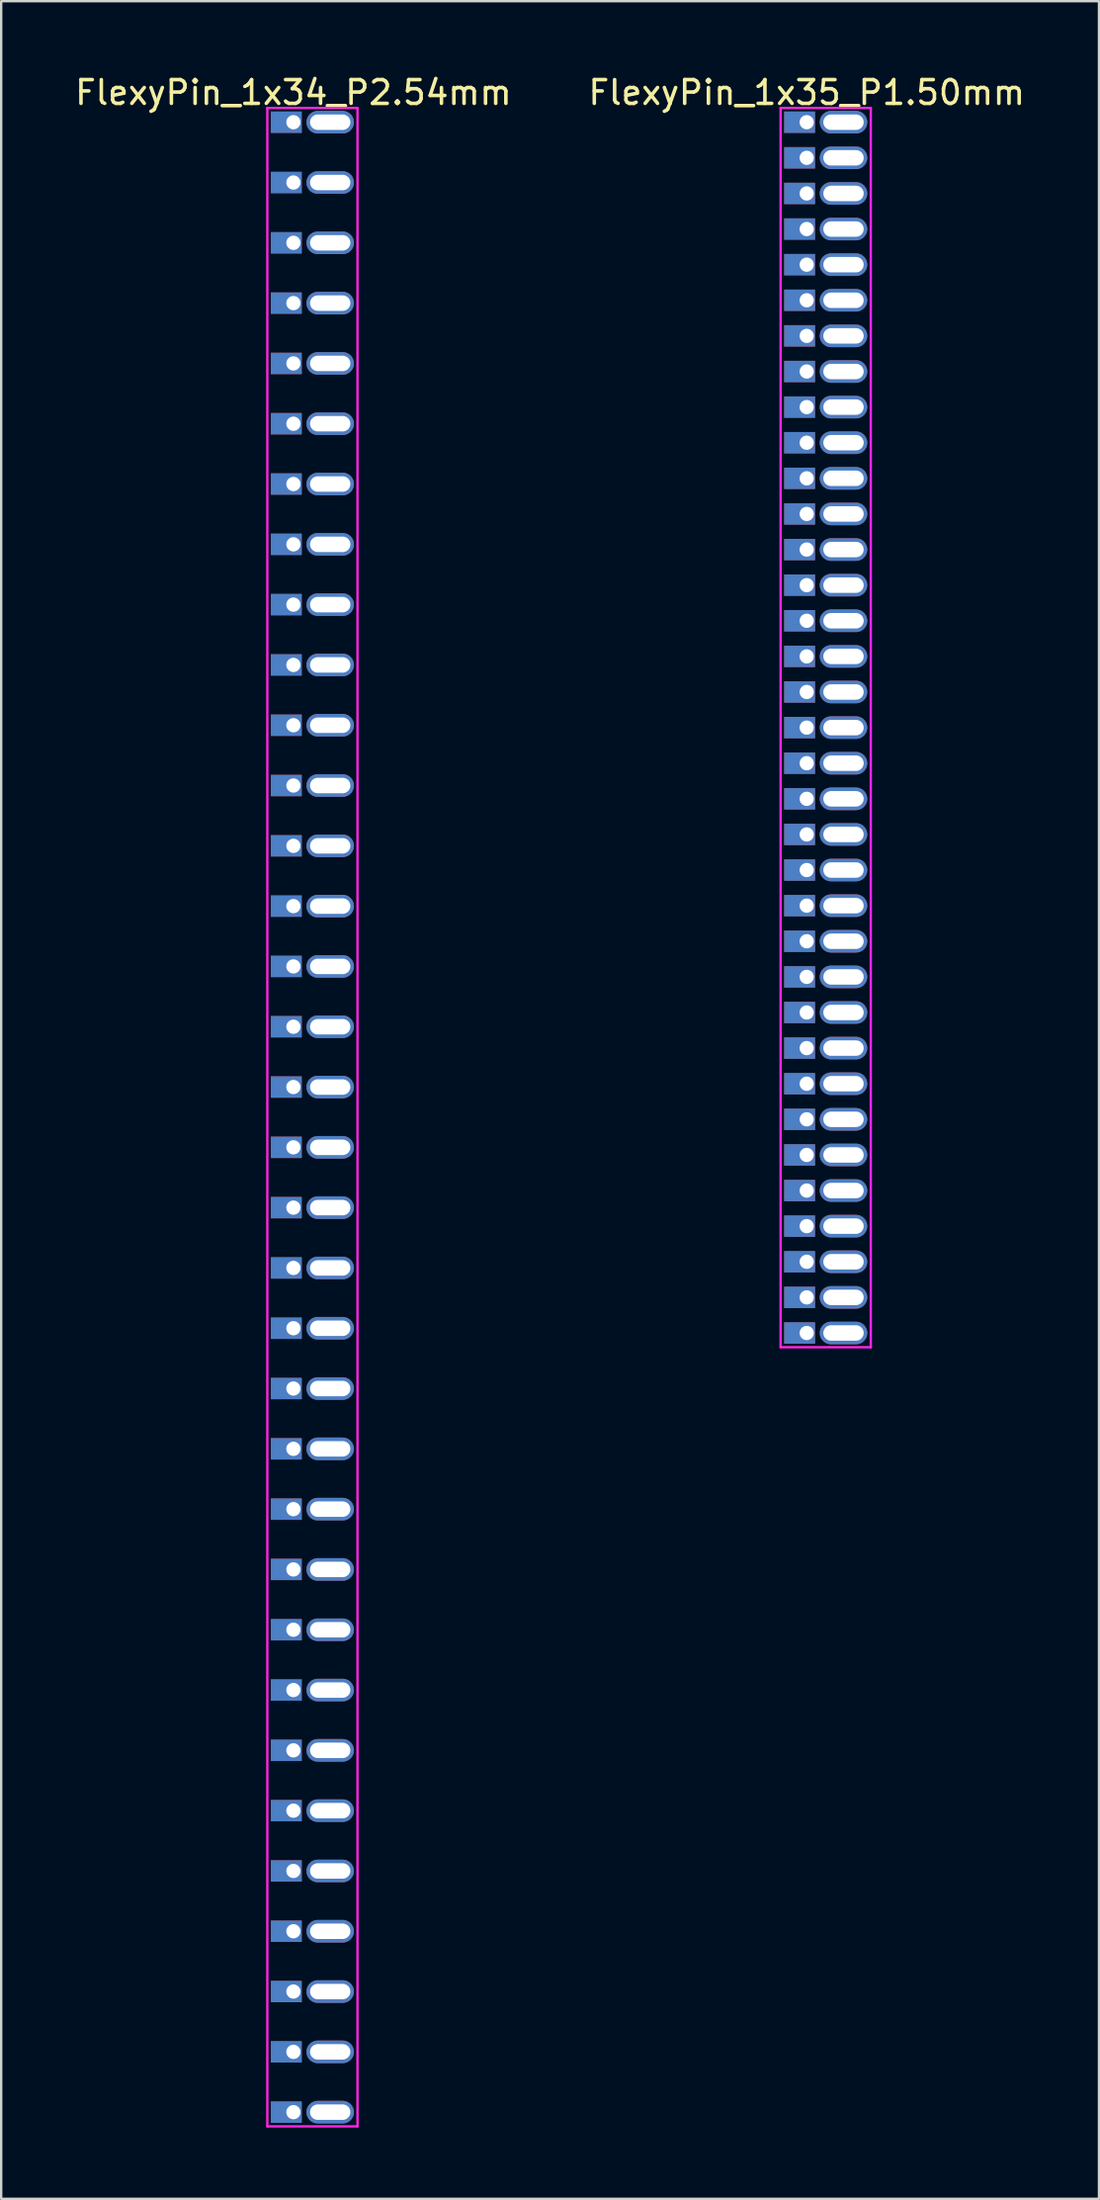
<source format=kicad_pcb>
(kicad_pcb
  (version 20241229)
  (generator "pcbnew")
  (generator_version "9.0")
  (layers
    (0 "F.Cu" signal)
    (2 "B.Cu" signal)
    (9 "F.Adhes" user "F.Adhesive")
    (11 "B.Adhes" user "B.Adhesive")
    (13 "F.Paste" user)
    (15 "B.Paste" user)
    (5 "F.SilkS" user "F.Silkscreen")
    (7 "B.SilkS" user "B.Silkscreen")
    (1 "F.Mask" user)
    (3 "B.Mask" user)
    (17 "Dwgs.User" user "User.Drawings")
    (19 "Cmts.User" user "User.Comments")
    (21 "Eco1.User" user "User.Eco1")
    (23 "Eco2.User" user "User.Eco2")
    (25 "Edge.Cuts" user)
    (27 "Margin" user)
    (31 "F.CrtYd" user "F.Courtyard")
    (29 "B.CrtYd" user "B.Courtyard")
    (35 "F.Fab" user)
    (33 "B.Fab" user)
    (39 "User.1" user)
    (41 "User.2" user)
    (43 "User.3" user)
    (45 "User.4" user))
  (footprint "FlexyPin_1x35_P1.50mm"
    (layer "F.Cu")
    (at 30.946 2.098)
    (property "Reference" "FlexyPin_1x35_P1.50mm" (at 0 -1.25 0) (layer "F.SilkS") (effects (font (size 1 1) (thickness 0.15))))
    (attr through_hole)
    (fp_line (start -1.1 -0.6) (end 2.7 -0.6) (stroke (width 0.1) (type solid)) (layer "F.CrtYd"))
    (fp_line (start -1.1 51.6) (end -1.1 -0.6) (stroke (width 0.1) (type solid)) (layer "F.CrtYd"))
    (fp_line (start 2.7 -0.6) (end 2.7 51.6) (stroke (width 0.1) (type solid)) (layer "F.CrtYd"))
    (fp_line (start 2.7 51.6) (end -1.1 51.6) (stroke (width 0.1) (type solid)) (layer "F.CrtYd"))
    (pad "" thru_hole oval (at 1.55 0) (size 2 0.95) (drill oval 1.7 0.65) (layers "*.Cu" "*.Mask"))
    (pad "" thru_hole oval (at 1.55 1.5) (size 2 0.95) (drill oval 1.7 0.65) (layers "*.Cu" "*.Mask"))
    (pad "" thru_hole oval (at 1.55 3) (size 2 0.95) (drill oval 1.7 0.65) (layers "*.Cu" "*.Mask"))
    (pad "" thru_hole oval (at 1.55 4.5) (size 2 0.95) (drill oval 1.7 0.65) (layers "*.Cu" "*.Mask"))
    (pad "" thru_hole oval (at 1.55 6) (size 2 0.95) (drill oval 1.7 0.65) (layers "*.Cu" "*.Mask"))
    (pad "" thru_hole oval (at 1.55 7.5) (size 2 0.95) (drill oval 1.7 0.65) (layers "*.Cu" "*.Mask"))
    (pad "" thru_hole oval (at 1.55 9) (size 2 0.95) (drill oval 1.7 0.65) (layers "*.Cu" "*.Mask"))
    (pad "" thru_hole oval (at 1.55 10.5) (size 2 0.95) (drill oval 1.7 0.65) (layers "*.Cu" "*.Mask"))
    (pad "" thru_hole oval (at 1.55 12) (size 2 0.95) (drill oval 1.7 0.65) (layers "*.Cu" "*.Mask"))
    (pad "" thru_hole oval (at 1.55 13.5) (size 2 0.95) (drill oval 1.7 0.65) (layers "*.Cu" "*.Mask"))
    (pad "" thru_hole oval (at 1.55 15) (size 2 0.95) (drill oval 1.7 0.65) (layers "*.Cu" "*.Mask"))
    (pad "" thru_hole oval (at 1.55 16.5) (size 2 0.95) (drill oval 1.7 0.65) (layers "*.Cu" "*.Mask"))
    (pad "" thru_hole oval (at 1.55 18) (size 2 0.95) (drill oval 1.7 0.65) (layers "*.Cu" "*.Mask"))
    (pad "" thru_hole oval (at 1.55 19.5) (size 2 0.95) (drill oval 1.7 0.65) (layers "*.Cu" "*.Mask"))
    (pad "" thru_hole oval (at 1.55 21) (size 2 0.95) (drill oval 1.7 0.65) (layers "*.Cu" "*.Mask"))
    (pad "" thru_hole oval (at 1.55 22.5) (size 2 0.95) (drill oval 1.7 0.65) (layers "*.Cu" "*.Mask"))
    (pad "" thru_hole oval (at 1.55 24) (size 2 0.95) (drill oval 1.7 0.65) (layers "*.Cu" "*.Mask"))
    (pad "" thru_hole oval (at 1.55 25.5) (size 2 0.95) (drill oval 1.7 0.65) (layers "*.Cu" "*.Mask"))
    (pad "" thru_hole oval (at 1.55 27) (size 2 0.95) (drill oval 1.7 0.65) (layers "*.Cu" "*.Mask"))
    (pad "" thru_hole oval (at 1.55 28.5) (size 2 0.95) (drill oval 1.7 0.65) (layers "*.Cu" "*.Mask"))
    (pad "" thru_hole oval (at 1.55 30) (size 2 0.95) (drill oval 1.7 0.65) (layers "*.Cu" "*.Mask"))
    (pad "" thru_hole oval (at 1.55 31.5) (size 2 0.95) (drill oval 1.7 0.65) (layers "*.Cu" "*.Mask"))
    (pad "" thru_hole oval (at 1.55 33) (size 2 0.95) (drill oval 1.7 0.65) (layers "*.Cu" "*.Mask"))
    (pad "" thru_hole oval (at 1.55 34.5) (size 2 0.95) (drill oval 1.7 0.65) (layers "*.Cu" "*.Mask"))
    (pad "" thru_hole oval (at 1.55 36) (size 2 0.95) (drill oval 1.7 0.65) (layers "*.Cu" "*.Mask"))
    (pad "" thru_hole oval (at 1.55 37.5) (size 2 0.95) (drill oval 1.7 0.65) (layers "*.Cu" "*.Mask"))
    (pad "" thru_hole oval (at 1.55 39) (size 2 0.95) (drill oval 1.7 0.65) (layers "*.Cu" "*.Mask"))
    (pad "" thru_hole oval (at 1.55 40.5) (size 2 0.95) (drill oval 1.7 0.65) (layers "*.Cu" "*.Mask"))
    (pad "" thru_hole oval (at 1.55 42) (size 2 0.95) (drill oval 1.7 0.65) (layers "*.Cu" "*.Mask"))
    (pad "" thru_hole oval (at 1.55 43.5) (size 2 0.95) (drill oval 1.7 0.65) (layers "*.Cu" "*.Mask"))
    (pad "" thru_hole oval (at 1.55 45) (size 2 0.95) (drill oval 1.7 0.65) (layers "*.Cu" "*.Mask"))
    (pad "" thru_hole oval (at 1.55 46.5) (size 2 0.95) (drill oval 1.7 0.65) (layers "*.Cu" "*.Mask"))
    (pad "" thru_hole oval (at 1.55 48) (size 2 0.95) (drill oval 1.7 0.65) (layers "*.Cu" "*.Mask"))
    (pad "" thru_hole oval (at 1.55 49.5) (size 2 0.95) (drill oval 1.7 0.65) (layers "*.Cu" "*.Mask"))
    (pad "" thru_hole oval (at 1.55 51) (size 2 0.95) (drill oval 1.7 0.65) (layers "*.Cu" "*.Mask"))
    (pad "1" thru_hole rect (at 0 0) (size 1.3 0.9) (drill 0.6 (offset -0.3 0)) (layers "*.Cu" "*.Mask"))
    (pad "2" thru_hole rect (at 0 1.5) (size 1.3 0.9) (drill 0.6 (offset -0.3 0)) (layers "*.Cu" "*.Mask"))
    (pad "3" thru_hole rect (at 0 3) (size 1.3 0.9) (drill 0.6 (offset -0.3 0)) (layers "*.Cu" "*.Mask"))
    (pad "4" thru_hole rect (at 0 4.5) (size 1.3 0.9) (drill 0.6 (offset -0.3 0)) (layers "*.Cu" "*.Mask"))
    (pad "5" thru_hole rect (at 0 6) (size 1.3 0.9) (drill 0.6 (offset -0.3 0)) (layers "*.Cu" "*.Mask"))
    (pad "6" thru_hole rect (at 0 7.5) (size 1.3 0.9) (drill 0.6 (offset -0.3 0)) (layers "*.Cu" "*.Mask"))
    (pad "7" thru_hole rect (at 0 9) (size 1.3 0.9) (drill 0.6 (offset -0.3 0)) (layers "*.Cu" "*.Mask"))
    (pad "8" thru_hole rect (at 0 10.5) (size 1.3 0.9) (drill 0.6 (offset -0.3 0)) (layers "*.Cu" "*.Mask"))
    (pad "9" thru_hole rect (at 0 12) (size 1.3 0.9) (drill 0.6 (offset -0.3 0)) (layers "*.Cu" "*.Mask"))
    (pad "10" thru_hole rect (at 0 13.5) (size 1.3 0.9) (drill 0.6 (offset -0.3 0)) (layers "*.Cu" "*.Mask"))
    (pad "11" thru_hole rect (at 0 15) (size 1.3 0.9) (drill 0.6 (offset -0.3 0)) (layers "*.Cu" "*.Mask"))
    (pad "12" thru_hole rect (at 0 16.5) (size 1.3 0.9) (drill 0.6 (offset -0.3 0)) (layers "*.Cu" "*.Mask"))
    (pad "13" thru_hole rect (at 0 18) (size 1.3 0.9) (drill 0.6 (offset -0.3 0)) (layers "*.Cu" "*.Mask"))
    (pad "14" thru_hole rect (at 0 19.5) (size 1.3 0.9) (drill 0.6 (offset -0.3 0)) (layers "*.Cu" "*.Mask"))
    (pad "15" thru_hole rect (at 0 21) (size 1.3 0.9) (drill 0.6 (offset -0.3 0)) (layers "*.Cu" "*.Mask"))
    (pad "16" thru_hole rect (at 0 22.5) (size 1.3 0.9) (drill 0.6 (offset -0.3 0)) (layers "*.Cu" "*.Mask"))
    (pad "17" thru_hole rect (at 0 24) (size 1.3 0.9) (drill 0.6 (offset -0.3 0)) (layers "*.Cu" "*.Mask"))
    (pad "18" thru_hole rect (at 0 25.5) (size 1.3 0.9) (drill 0.6 (offset -0.3 0)) (layers "*.Cu" "*.Mask"))
    (pad "19" thru_hole rect (at 0 27) (size 1.3 0.9) (drill 0.6 (offset -0.3 0)) (layers "*.Cu" "*.Mask"))
    (pad "20" thru_hole rect (at 0 28.5) (size 1.3 0.9) (drill 0.6 (offset -0.3 0)) (layers "*.Cu" "*.Mask"))
    (pad "21" thru_hole rect (at 0 30) (size 1.3 0.9) (drill 0.6 (offset -0.3 0)) (layers "*.Cu" "*.Mask"))
    (pad "22" thru_hole rect (at 0 31.5) (size 1.3 0.9) (drill 0.6 (offset -0.3 0)) (layers "*.Cu" "*.Mask"))
    (pad "23" thru_hole rect (at 0 33) (size 1.3 0.9) (drill 0.6 (offset -0.3 0)) (layers "*.Cu" "*.Mask"))
    (pad "24" thru_hole rect (at 0 34.5) (size 1.3 0.9) (drill 0.6 (offset -0.3 0)) (layers "*.Cu" "*.Mask"))
    (pad "25" thru_hole rect (at 0 36) (size 1.3 0.9) (drill 0.6 (offset -0.3 0)) (layers "*.Cu" "*.Mask"))
    (pad "26" thru_hole rect (at 0 37.5) (size 1.3 0.9) (drill 0.6 (offset -0.3 0)) (layers "*.Cu" "*.Mask"))
    (pad "27" thru_hole rect (at 0 39) (size 1.3 0.9) (drill 0.6 (offset -0.3 0)) (layers "*.Cu" "*.Mask"))
    (pad "28" thru_hole rect (at 0 40.5) (size 1.3 0.9) (drill 0.6 (offset -0.3 0)) (layers "*.Cu" "*.Mask"))
    (pad "29" thru_hole rect (at 0 42) (size 1.3 0.9) (drill 0.6 (offset -0.3 0)) (layers "*.Cu" "*.Mask"))
    (pad "30" thru_hole rect (at 0 43.5) (size 1.3 0.9) (drill 0.6 (offset -0.3 0)) (layers "*.Cu" "*.Mask"))
    (pad "31" thru_hole rect (at 0 45) (size 1.3 0.9) (drill 0.6 (offset -0.3 0)) (layers "*.Cu" "*.Mask"))
    (pad "32" thru_hole rect (at 0 46.5) (size 1.3 0.9) (drill 0.6 (offset -0.3 0)) (layers "*.Cu" "*.Mask"))
    (pad "33" thru_hole rect (at 0 48) (size 1.3 0.9) (drill 0.6 (offset -0.3 0)) (layers "*.Cu" "*.Mask"))
    (pad "34" thru_hole rect (at 0 49.5) (size 1.3 0.9) (drill 0.6 (offset -0.3 0)) (layers "*.Cu" "*.Mask"))
    (pad "35" thru_hole rect (at 0 51) (size 1.3 0.9) (drill 0.6 (offset -0.3 0)) (layers "*.Cu" "*.Mask")))
  (footprint "FlexyPin_1x34_P2.54mm"
    (layer "F.Cu")
    (at 9.315 2.098)
    (property "Reference" "FlexyPin_1x34_P2.54mm" (at 0 -1.25 0) (layer "F.SilkS") (effects (font (size 1 1) (thickness 0.15))))
    (attr through_hole)
    (fp_line (start -1.1 -0.6) (end 2.7 -0.6) (stroke (width 0.1) (type solid)) (layer "F.CrtYd"))
    (fp_line (start -1.1 84.42) (end -1.1 -0.6) (stroke (width 0.1) (type solid)) (layer "F.CrtYd"))
    (fp_line (start 2.7 -0.6) (end 2.7 84.42) (stroke (width 0.1) (type solid)) (layer "F.CrtYd"))
    (fp_line (start 2.7 84.42) (end -1.1 84.42) (stroke (width 0.1) (type solid)) (layer "F.CrtYd"))
    (pad "" thru_hole oval (at 1.55 0) (size 2 0.95) (drill oval 1.7 0.65) (layers "*.Cu" "*.Mask"))
    (pad "" thru_hole oval (at 1.55 2.54) (size 2 0.95) (drill oval 1.7 0.65) (layers "*.Cu" "*.Mask"))
    (pad "" thru_hole oval (at 1.55 5.08) (size 2 0.95) (drill oval 1.7 0.65) (layers "*.Cu" "*.Mask"))
    (pad "" thru_hole oval (at 1.55 7.62) (size 2 0.95) (drill oval 1.7 0.65) (layers "*.Cu" "*.Mask"))
    (pad "" thru_hole oval (at 1.55 10.16) (size 2 0.95) (drill oval 1.7 0.65) (layers "*.Cu" "*.Mask"))
    (pad "" thru_hole oval (at 1.55 12.7) (size 2 0.95) (drill oval 1.7 0.65) (layers "*.Cu" "*.Mask"))
    (pad "" thru_hole oval (at 1.55 15.24) (size 2 0.95) (drill oval 1.7 0.65) (layers "*.Cu" "*.Mask"))
    (pad "" thru_hole oval (at 1.55 17.78) (size 2 0.95) (drill oval 1.7 0.65) (layers "*.Cu" "*.Mask"))
    (pad "" thru_hole oval (at 1.55 20.32) (size 2 0.95) (drill oval 1.7 0.65) (layers "*.Cu" "*.Mask"))
    (pad "" thru_hole oval (at 1.55 22.86) (size 2 0.95) (drill oval 1.7 0.65) (layers "*.Cu" "*.Mask"))
    (pad "" thru_hole oval (at 1.55 25.4) (size 2 0.95) (drill oval 1.7 0.65) (layers "*.Cu" "*.Mask"))
    (pad "" thru_hole oval (at 1.55 27.94) (size 2 0.95) (drill oval 1.7 0.65) (layers "*.Cu" "*.Mask"))
    (pad "" thru_hole oval (at 1.55 30.48) (size 2 0.95) (drill oval 1.7 0.65) (layers "*.Cu" "*.Mask"))
    (pad "" thru_hole oval (at 1.55 33.02) (size 2 0.95) (drill oval 1.7 0.65) (layers "*.Cu" "*.Mask"))
    (pad "" thru_hole oval (at 1.55 35.56) (size 2 0.95) (drill oval 1.7 0.65) (layers "*.Cu" "*.Mask"))
    (pad "" thru_hole oval (at 1.55 38.1) (size 2 0.95) (drill oval 1.7 0.65) (layers "*.Cu" "*.Mask"))
    (pad "" thru_hole oval (at 1.55 40.64) (size 2 0.95) (drill oval 1.7 0.65) (layers "*.Cu" "*.Mask"))
    (pad "" thru_hole oval (at 1.55 43.18) (size 2 0.95) (drill oval 1.7 0.65) (layers "*.Cu" "*.Mask"))
    (pad "" thru_hole oval (at 1.55 45.72) (size 2 0.95) (drill oval 1.7 0.65) (layers "*.Cu" "*.Mask"))
    (pad "" thru_hole oval (at 1.55 48.26) (size 2 0.95) (drill oval 1.7 0.65) (layers "*.Cu" "*.Mask"))
    (pad "" thru_hole oval (at 1.55 50.8) (size 2 0.95) (drill oval 1.7 0.65) (layers "*.Cu" "*.Mask"))
    (pad "" thru_hole oval (at 1.55 53.34) (size 2 0.95) (drill oval 1.7 0.65) (layers "*.Cu" "*.Mask"))
    (pad "" thru_hole oval (at 1.55 55.88) (size 2 0.95) (drill oval 1.7 0.65) (layers "*.Cu" "*.Mask"))
    (pad "" thru_hole oval (at 1.55 58.42) (size 2 0.95) (drill oval 1.7 0.65) (layers "*.Cu" "*.Mask"))
    (pad "" thru_hole oval (at 1.55 60.96) (size 2 0.95) (drill oval 1.7 0.65) (layers "*.Cu" "*.Mask"))
    (pad "" thru_hole oval (at 1.55 63.5) (size 2 0.95) (drill oval 1.7 0.65) (layers "*.Cu" "*.Mask"))
    (pad "" thru_hole oval (at 1.55 66.04) (size 2 0.95) (drill oval 1.7 0.65) (layers "*.Cu" "*.Mask"))
    (pad "" thru_hole oval (at 1.55 68.58) (size 2 0.95) (drill oval 1.7 0.65) (layers "*.Cu" "*.Mask"))
    (pad "" thru_hole oval (at 1.55 71.12) (size 2 0.95) (drill oval 1.7 0.65) (layers "*.Cu" "*.Mask"))
    (pad "" thru_hole oval (at 1.55 73.66) (size 2 0.95) (drill oval 1.7 0.65) (layers "*.Cu" "*.Mask"))
    (pad "" thru_hole oval (at 1.55 76.2) (size 2 0.95) (drill oval 1.7 0.65) (layers "*.Cu" "*.Mask"))
    (pad "" thru_hole oval (at 1.55 78.74) (size 2 0.95) (drill oval 1.7 0.65) (layers "*.Cu" "*.Mask"))
    (pad "" thru_hole oval (at 1.55 81.28) (size 2 0.95) (drill oval 1.7 0.65) (layers "*.Cu" "*.Mask"))
    (pad "" thru_hole oval (at 1.55 83.82) (size 2 0.95) (drill oval 1.7 0.65) (layers "*.Cu" "*.Mask"))
    (pad "1" thru_hole rect (at 0 0) (size 1.3 0.9) (drill 0.6 (offset -0.3 0)) (layers "*.Cu" "*.Mask"))
    (pad "2" thru_hole rect (at 0 2.54) (size 1.3 0.9) (drill 0.6 (offset -0.3 0)) (layers "*.Cu" "*.Mask"))
    (pad "3" thru_hole rect (at 0 5.08) (size 1.3 0.9) (drill 0.6 (offset -0.3 0)) (layers "*.Cu" "*.Mask"))
    (pad "4" thru_hole rect (at 0 7.62) (size 1.3 0.9) (drill 0.6 (offset -0.3 0)) (layers "*.Cu" "*.Mask"))
    (pad "5" thru_hole rect (at 0 10.16) (size 1.3 0.9) (drill 0.6 (offset -0.3 0)) (layers "*.Cu" "*.Mask"))
    (pad "6" thru_hole rect (at 0 12.7) (size 1.3 0.9) (drill 0.6 (offset -0.3 0)) (layers "*.Cu" "*.Mask"))
    (pad "7" thru_hole rect (at 0 15.24) (size 1.3 0.9) (drill 0.6 (offset -0.3 0)) (layers "*.Cu" "*.Mask"))
    (pad "8" thru_hole rect (at 0 17.78) (size 1.3 0.9) (drill 0.6 (offset -0.3 0)) (layers "*.Cu" "*.Mask"))
    (pad "9" thru_hole rect (at 0 20.32) (size 1.3 0.9) (drill 0.6 (offset -0.3 0)) (layers "*.Cu" "*.Mask"))
    (pad "10" thru_hole rect (at 0 22.86) (size 1.3 0.9) (drill 0.6 (offset -0.3 0)) (layers "*.Cu" "*.Mask"))
    (pad "11" thru_hole rect (at 0 25.4) (size 1.3 0.9) (drill 0.6 (offset -0.3 0)) (layers "*.Cu" "*.Mask"))
    (pad "12" thru_hole rect (at 0 27.94) (size 1.3 0.9) (drill 0.6 (offset -0.3 0)) (layers "*.Cu" "*.Mask"))
    (pad "13" thru_hole rect (at 0 30.48) (size 1.3 0.9) (drill 0.6 (offset -0.3 0)) (layers "*.Cu" "*.Mask"))
    (pad "14" thru_hole rect (at 0 33.02) (size 1.3 0.9) (drill 0.6 (offset -0.3 0)) (layers "*.Cu" "*.Mask"))
    (pad "15" thru_hole rect (at 0 35.56) (size 1.3 0.9) (drill 0.6 (offset -0.3 0)) (layers "*.Cu" "*.Mask"))
    (pad "16" thru_hole rect (at 0 38.1) (size 1.3 0.9) (drill 0.6 (offset -0.3 0)) (layers "*.Cu" "*.Mask"))
    (pad "17" thru_hole rect (at 0 40.64) (size 1.3 0.9) (drill 0.6 (offset -0.3 0)) (layers "*.Cu" "*.Mask"))
    (pad "18" thru_hole rect (at 0 43.18) (size 1.3 0.9) (drill 0.6 (offset -0.3 0)) (layers "*.Cu" "*.Mask"))
    (pad "19" thru_hole rect (at 0 45.72) (size 1.3 0.9) (drill 0.6 (offset -0.3 0)) (layers "*.Cu" "*.Mask"))
    (pad "20" thru_hole rect (at 0 48.26) (size 1.3 0.9) (drill 0.6 (offset -0.3 0)) (layers "*.Cu" "*.Mask"))
    (pad "21" thru_hole rect (at 0 50.8) (size 1.3 0.9) (drill 0.6 (offset -0.3 0)) (layers "*.Cu" "*.Mask"))
    (pad "22" thru_hole rect (at 0 53.34) (size 1.3 0.9) (drill 0.6 (offset -0.3 0)) (layers "*.Cu" "*.Mask"))
    (pad "23" thru_hole rect (at 0 55.88) (size 1.3 0.9) (drill 0.6 (offset -0.3 0)) (layers "*.Cu" "*.Mask"))
    (pad "24" thru_hole rect (at 0 58.42) (size 1.3 0.9) (drill 0.6 (offset -0.3 0)) (layers "*.Cu" "*.Mask"))
    (pad "25" thru_hole rect (at 0 60.96) (size 1.3 0.9) (drill 0.6 (offset -0.3 0)) (layers "*.Cu" "*.Mask"))
    (pad "26" thru_hole rect (at 0 63.5) (size 1.3 0.9) (drill 0.6 (offset -0.3 0)) (layers "*.Cu" "*.Mask"))
    (pad "27" thru_hole rect (at 0 66.04) (size 1.3 0.9) (drill 0.6 (offset -0.3 0)) (layers "*.Cu" "*.Mask"))
    (pad "28" thru_hole rect (at 0 68.58) (size 1.3 0.9) (drill 0.6 (offset -0.3 0)) (layers "*.Cu" "*.Mask"))
    (pad "29" thru_hole rect (at 0 71.12) (size 1.3 0.9) (drill 0.6 (offset -0.3 0)) (layers "*.Cu" "*.Mask"))
    (pad "30" thru_hole rect (at 0 73.66) (size 1.3 0.9) (drill 0.6 (offset -0.3 0)) (layers "*.Cu" "*.Mask"))
    (pad "31" thru_hole rect (at 0 76.2) (size 1.3 0.9) (drill 0.6 (offset -0.3 0)) (layers "*.Cu" "*.Mask"))
    (pad "32" thru_hole rect (at 0 78.74) (size 1.3 0.9) (drill 0.6 (offset -0.3 0)) (layers "*.Cu" "*.Mask"))
    (pad "33" thru_hole rect (at 0 81.28) (size 1.3 0.9) (drill 0.6 (offset -0.3 0)) (layers "*.Cu" "*.Mask"))
    (pad "34" thru_hole rect (at 0 83.82) (size 1.3 0.9) (drill 0.6 (offset -0.3 0)) (layers "*.Cu" "*.Mask")))
  (gr_rect
    (start -3 -3)
    (end 43.262 89.568)
    (stroke (width 0.1) (type default))
    (fill no)
    (layer "Edge.Cuts")))
</source>
